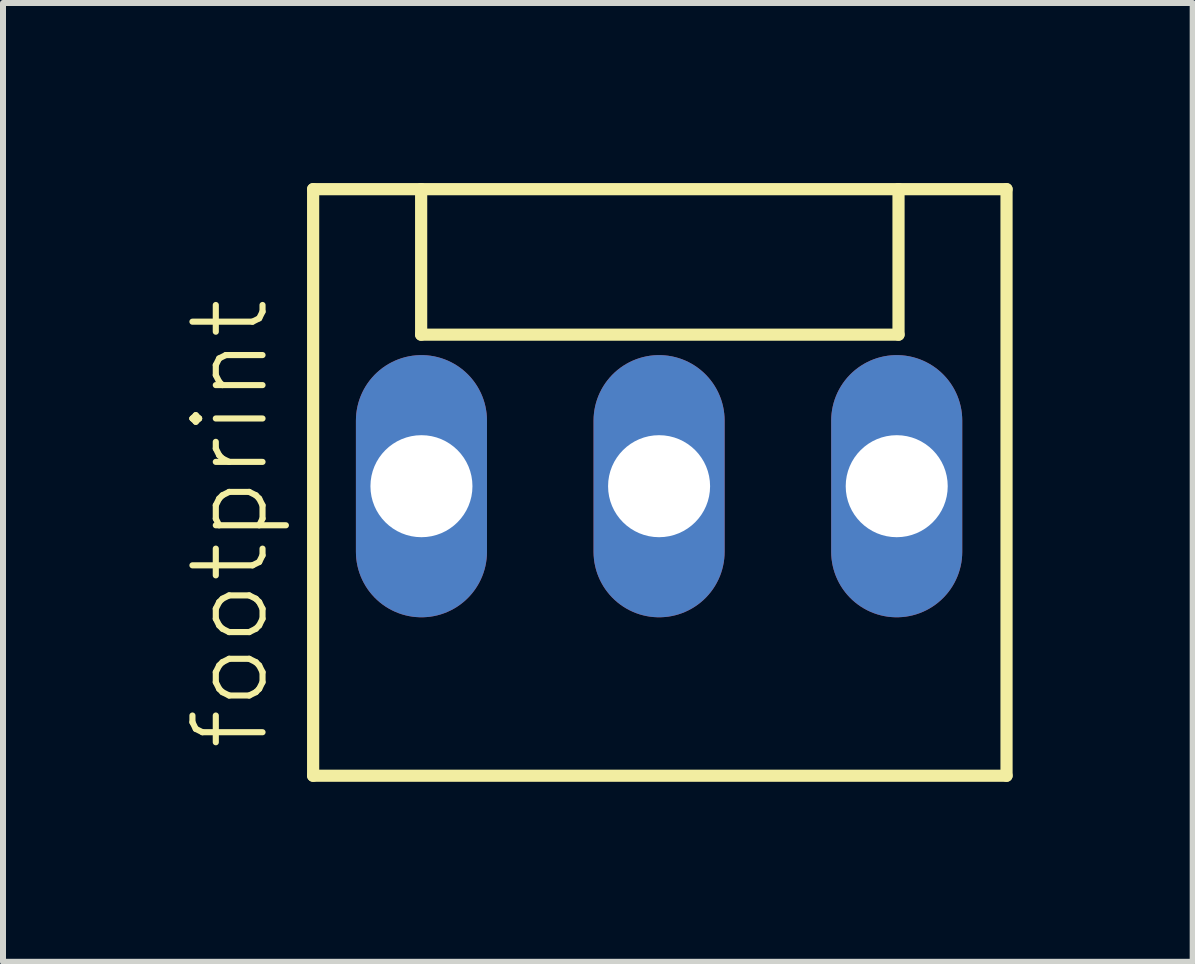
<source format=kicad_pcb>
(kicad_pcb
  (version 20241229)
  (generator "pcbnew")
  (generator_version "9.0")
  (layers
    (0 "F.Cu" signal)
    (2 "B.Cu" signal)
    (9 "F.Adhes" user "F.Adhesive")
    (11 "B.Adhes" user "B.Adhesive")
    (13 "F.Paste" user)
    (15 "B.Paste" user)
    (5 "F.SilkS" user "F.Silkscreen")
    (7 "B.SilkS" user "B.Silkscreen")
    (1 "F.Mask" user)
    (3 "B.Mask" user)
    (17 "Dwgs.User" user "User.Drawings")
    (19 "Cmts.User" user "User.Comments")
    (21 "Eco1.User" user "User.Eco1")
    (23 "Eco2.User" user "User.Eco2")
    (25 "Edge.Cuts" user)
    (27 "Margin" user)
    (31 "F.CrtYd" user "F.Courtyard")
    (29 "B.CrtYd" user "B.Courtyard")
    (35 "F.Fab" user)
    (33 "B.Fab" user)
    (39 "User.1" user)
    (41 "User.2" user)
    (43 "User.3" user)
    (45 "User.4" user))
  (footprint "footprint"
    (layer "F.Cu")
    (at 7.933 5.052)
    (property "Reference" "footprint" (at -6.46 4.445 90) (layer "F.SilkS") (effects (font (size 1.168 1.168) (thickness 0.102)) (justify left bottom)))
    (fp_line (start -5.765 -4.95) (end -5.765 4.825) (stroke (width 0.203) (type solid)) (layer "F.SilkS"))
    (fp_line (start -5.765 4.825) (end 5.79 4.825) (stroke (width 0.203) (type solid)) (layer "F.SilkS"))
    (fp_line (start -3.965 -4.95) (end -5.765 -4.95) (stroke (width 0.203) (type solid)) (layer "F.SilkS"))
    (fp_line (start -3.965 -2.525) (end -3.965 -4.95) (stroke (width 0.203) (type solid)) (layer "F.SilkS"))
    (fp_line (start -3.965 -2.525) (end 3.99 -2.525) (stroke (width 0.203) (type solid)) (layer "F.SilkS"))
    (fp_line (start 3.99 -4.95) (end -3.965 -4.95) (stroke (width 0.203) (type solid)) (layer "F.SilkS"))
    (fp_line (start 3.99 -2.525) (end 3.99 -4.95) (stroke (width 0.203) (type solid)) (layer "F.SilkS"))
    (fp_line (start 5.79 -4.95) (end 3.99 -4.95) (stroke (width 0.203) (type solid)) (layer "F.SilkS"))
    (fp_line (start 5.79 4.825) (end 5.79 -4.95) (stroke (width 0.203) (type solid)) (layer "F.SilkS"))
    (pad "1" thru_hole oval (at -3.96 0 90) (size 4.369 2.184) (drill 1.7) (layers "*.Cu" "*.Mask"))
    (pad "2" thru_hole oval (at 0 0 90) (size 4.369 2.184) (drill 1.7) (layers "*.Cu" "*.Mask"))
    (pad "3" thru_hole oval (at 3.96 0 90) (size 4.369 2.184) (drill 1.7) (layers "*.Cu" "*.Mask")))
  (gr_rect
    (start -3 -3)
    (end 16.825 12.978)
    (stroke (width 0.1) (type default))
    (fill no)
    (layer "Edge.Cuts")))
</source>
